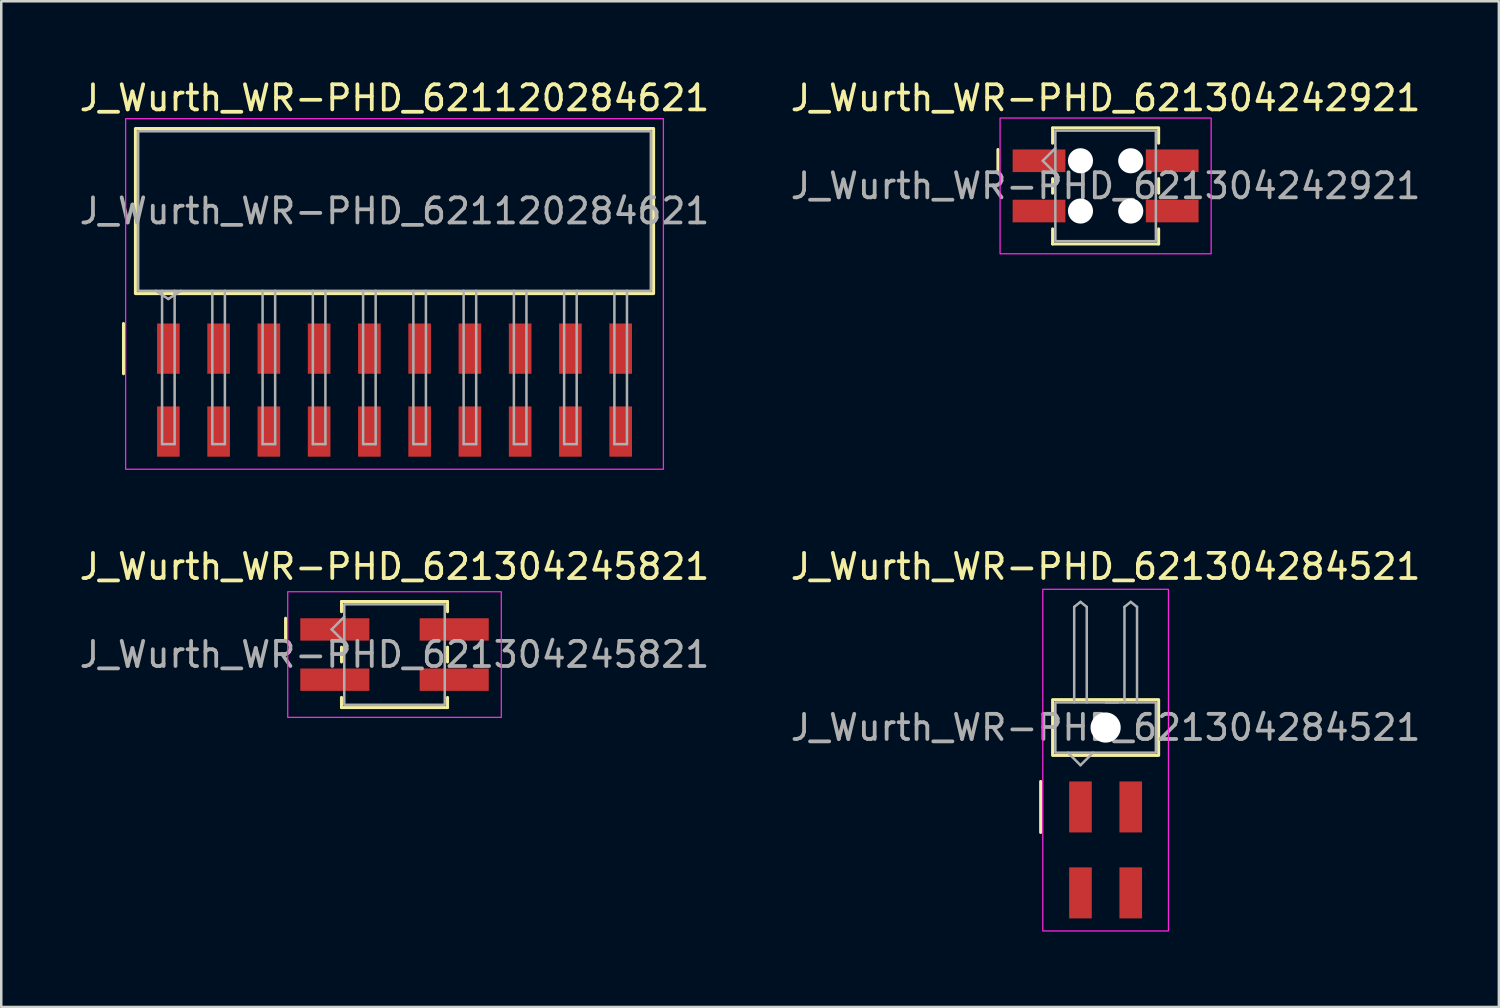
<source format=kicad_pcb>
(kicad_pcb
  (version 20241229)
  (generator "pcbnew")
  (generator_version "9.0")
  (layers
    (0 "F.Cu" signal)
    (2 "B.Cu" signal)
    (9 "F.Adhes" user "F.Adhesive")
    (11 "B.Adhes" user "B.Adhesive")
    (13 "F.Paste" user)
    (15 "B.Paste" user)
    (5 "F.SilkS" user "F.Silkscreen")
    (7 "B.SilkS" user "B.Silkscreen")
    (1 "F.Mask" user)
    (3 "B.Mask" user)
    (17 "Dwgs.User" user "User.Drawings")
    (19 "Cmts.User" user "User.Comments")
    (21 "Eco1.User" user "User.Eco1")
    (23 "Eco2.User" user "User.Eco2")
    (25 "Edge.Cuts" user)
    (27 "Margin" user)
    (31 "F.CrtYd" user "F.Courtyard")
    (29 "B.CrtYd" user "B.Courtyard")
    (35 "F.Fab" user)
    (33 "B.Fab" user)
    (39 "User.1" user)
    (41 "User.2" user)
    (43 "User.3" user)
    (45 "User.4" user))
  (footprint "J_Wurth_WR-PHD_621304242921"
    (layer "F.Cu")
    (at 40.946 4.348)
    (property "Reference" "J_Wurth_WR-PHD_621304242921" (at 0 -3.5 0) (unlocked yes) (layer "F.SilkS") (effects (font (size 1 1) (thickness 0.15))))
    (attr smd)
    (fp_line (start -4.285 -1.45) (end -4.285 -0.55) (stroke (width 0.12) (type solid)) (layer "F.SilkS"))
    (fp_line (start -2.11 -2.31) (end 2.11 -2.31) (stroke (width 0.12) (type solid)) (layer "F.SilkS"))
    (fp_line (start -2.11 -1.7) (end -2.11 -2.3) (stroke (width 0.12) (type solid)) (layer "F.SilkS"))
    (fp_line (start -2.11 -0.29) (end -2.11 0.29) (stroke (width 0.12) (type solid)) (layer "F.SilkS"))
    (fp_line (start -2.11 1.71) (end -2.11 2.31) (stroke (width 0.12) (type solid)) (layer "F.SilkS"))
    (fp_line (start 2.11 -1.7) (end 2.11 -2.3) (stroke (width 0.12) (type solid)) (layer "F.SilkS"))
    (fp_line (start 2.11 -0.29) (end 2.11 0.29) (stroke (width 0.12) (type solid)) (layer "F.SilkS"))
    (fp_line (start 2.11 1.71) (end 2.11 2.31) (stroke (width 0.12) (type solid)) (layer "F.SilkS"))
    (fp_line (start 2.11 2.31) (end -2.11 2.31) (stroke (width 0.12) (type solid)) (layer "F.SilkS"))
    (fp_rect (start -4.2 -2.7) (end 4.2 2.7) (stroke (width 0.05) (type solid)) (fill no) (layer "F.CrtYd"))
    (fp_line (start -2.5 -1) (end -2 -0.5) (stroke (width 0.1) (type default)) (layer "F.Fab"))
    (fp_line (start -2 -1.5) (end -2.5 -1) (stroke (width 0.1) (type default)) (layer "F.Fab"))
    (fp_rect (start -2 -2.2) (end 2 2.2) (stroke (width 0.1) (type solid)) (fill no) (layer "F.Fab"))
    (fp_text user "${REFERENCE}" (at 0 0 0) (unlocked yes) (layer "F.Fab") (effects (font (size 1 1) (thickness 0.15))))
    (pad "" np_thru_hole circle (at -1 -1 270) (size 1 1) (drill 1) (layers "*.Cu" "*.Mask"))
    (pad "" np_thru_hole circle (at -1 1 270) (size 1 1) (drill 1) (layers "*.Cu" "*.Mask"))
    (pad "" np_thru_hole circle (at 1 -1 270) (size 1 1) (drill 1) (layers "*.Cu" "*.Mask"))
    (pad "" np_thru_hole circle (at 1 1 270) (size 1 1) (drill 1) (layers "*.Cu" "*.Mask"))
    (pad "1" smd rect (at -2.65 -1 270) (size 0.9 2.1) (layers "F.Cu" "F.Mask" "F.Paste"))
    (pad "2" smd rect (at 2.65 -1 270) (size 0.9 2.1) (layers "F.Cu" "F.Mask" "F.Paste"))
    (pad "3" smd rect (at -2.65 1 270) (size 0.9 2.1) (layers "F.Cu" "F.Mask" "F.Paste"))
    (pad "4" smd rect (at 2.65 1 270) (size 0.9 2.1) (layers "F.Cu" "F.Mask" "F.Paste")))
  (footprint "J_Wurth_WR-PHD_621304284521"
    (layer "F.Cu")
    (at 40.946 25.901)
    (property "Reference" "J_Wurth_WR-PHD_621304284521" (at 0 -6.405 0) (unlocked yes) (layer "F.SilkS") (effects (font (size 1 1) (thickness 0.15))))
    (attr smd)
    (fp_line (start -2.585 4.175) (end -2.585 2.145) (stroke (width 0.12) (type solid)) (layer "F.SilkS"))
    (fp_rect (start -2.11 -1.11) (end 2.11 1.11) (stroke (width 0.12) (type solid)) (fill no) (layer "F.SilkS"))
    (fp_rect (start -2.5 -5.5) (end 2.5 8.095) (stroke (width 0.05) (type solid)) (fill no) (layer "F.CrtYd"))
    (fp_line (start -1.25 -4.8) (end -1.25 -1) (stroke (width 0.1) (type solid)) (layer "F.Fab"))
    (fp_line (start -1 -5) (end -1.25 -4.8) (stroke (width 0.1) (type default)) (layer "F.Fab"))
    (fp_line (start -1 1.5) (end -1.5 1) (stroke (width 0.1) (type default)) (layer "F.Fab"))
    (fp_line (start -1 1.5) (end -0.5 1) (stroke (width 0.1) (type default)) (layer "F.Fab"))
    (fp_line (start -0.75 -4.8) (end -1 -5) (stroke (width 0.1) (type default)) (layer "F.Fab"))
    (fp_line (start -0.75 -1) (end -0.75 -4.8) (stroke (width 0.1) (type solid)) (layer "F.Fab"))
    (fp_line (start 0 -1) (end 0.5 -1) (stroke (width 0.1) (type default)) (layer "F.Fab"))
    (fp_line (start 0.75 -4.8) (end 1 -5) (stroke (width 0.1) (type default)) (layer "F.Fab"))
    (fp_line (start 0.75 -1) (end 0.75 -4.8) (stroke (width 0.1) (type solid)) (layer "F.Fab"))
    (fp_line (start 1 -5) (end 1.25 -4.8) (stroke (width 0.1) (type default)) (layer "F.Fab"))
    (fp_line (start 1.25 -4.8) (end 1.25 -1) (stroke (width 0.1) (type solid)) (layer "F.Fab"))
    (fp_rect (start -2 -1) (end 2 1) (stroke (width 0.1) (type default)) (fill no) (layer "F.Fab"))
    (fp_text user "${REFERENCE}" (at 0 0 0) (unlocked yes) (layer "F.Fab") (effects (font (size 1 1) (thickness 0.15))))
    (pad "" np_thru_hole circle (at 0 0 180) (size 1.2 1.2) (drill 1.2) (layers "*.Cu" "*.Mask"))
    (pad "1" smd rect (at -1 3.16 180) (size 0.9 2.03) (layers "F.Cu" "F.Mask" "F.Paste"))
    (pad "2" smd rect (at 1 3.16 180) (size 0.9 2.03) (layers "F.Cu" "F.Mask" "F.Paste"))
    (pad "3" smd rect (at -1 6.58 180) (size 0.9 2.03) (layers "F.Cu" "F.Mask" "F.Paste"))
    (pad "4" smd rect (at 1 6.58 180) (size 0.9 2.03) (layers "F.Cu" "F.Mask" "F.Paste")))
  (footprint "J_Wurth_WR-PHD_621304245821"
    (layer "F.Cu")
    (at 12.649 22.997)
    (property "Reference" "J_Wurth_WR-PHD_621304245821" (at 0 -3.5 0) (unlocked yes) (layer "F.SilkS") (effects (font (size 1 1) (thickness 0.15))))
    (attr smd)
    (fp_line (start -4.335 -1.445) (end -4.335 -0.555) (stroke (width 0.12) (type solid)) (layer "F.SilkS"))
    (fp_line (start -2.11 -2.11) (end -2.11 -1.705) (stroke (width 0.12) (type solid)) (layer "F.SilkS"))
    (fp_line (start -2.11 -0.295) (end -2.11 0.295) (stroke (width 0.12) (type solid)) (layer "F.SilkS"))
    (fp_line (start -2.11 1.705) (end -2.11 2.11) (stroke (width 0.12) (type solid)) (layer "F.SilkS"))
    (fp_line (start 2.11 -2.11) (end -2.11 -2.11) (stroke (width 0.12) (type solid)) (layer "F.SilkS"))
    (fp_line (start 2.11 -2.11) (end 2.11 -1.705) (stroke (width 0.12) (type solid)) (layer "F.SilkS"))
    (fp_line (start 2.11 -0.295) (end 2.11 0.295) (stroke (width 0.12) (type solid)) (layer "F.SilkS"))
    (fp_line (start 2.11 1.705) (end 2.11 2.11) (stroke (width 0.12) (type solid)) (layer "F.SilkS"))
    (fp_line (start 2.11 2.11) (end -2.11 2.11) (stroke (width 0.12) (type solid)) (layer "F.SilkS"))
    (fp_rect (start -4.25 -2.5) (end 4.25 2.5) (stroke (width 0.05) (type solid)) (fill no) (layer "F.CrtYd"))
    (fp_line (start -2.5 -1) (end -2 -0.5) (stroke (width 0.1) (type default)) (layer "F.Fab"))
    (fp_line (start -2 -1.5) (end -2.5 -1) (stroke (width 0.1) (type default)) (layer "F.Fab"))
    (fp_rect (start -2 -2) (end 2 2) (stroke (width 0.1) (type solid)) (fill no) (layer "F.Fab"))
    (fp_text user "${REFERENCE}" (at 0 0 0) (unlocked yes) (layer "F.Fab") (effects (font (size 1 1) (thickness 0.15))))
    (pad "1" smd rect (at -2.375 -1 270) (size 0.89 2.75) (layers "F.Cu" "F.Mask" "F.Paste"))
    (pad "2" smd rect (at 2.375 -1 270) (size 0.89 2.75) (layers "F.Cu" "F.Mask" "F.Paste"))
    (pad "3" smd rect (at -2.375 1 270) (size 0.89 2.75) (layers "F.Cu" "F.Mask" "F.Paste"))
    (pad "4" smd rect (at 2.375 1 270) (size 0.89 2.75) (layers "F.Cu" "F.Mask" "F.Paste")))
  (footprint "J_Wurth_WR-PHD_621120284621"
    (layer "F.Cu")
    (at 12.649 5.348)
    (property "Reference" "J_Wurth_WR-PHD_621120284621" (at 0 -4.5 0) (unlocked yes) (layer "F.SilkS") (effects (font (size 1 1) (thickness 0.15))))
    (attr smd)
    (fp_line (start -10.785 6.475) (end -10.785 4.475) (stroke (width 0.12) (type solid)) (layer "F.SilkS"))
    (fp_rect (start -10.31 -3.285) (end 10.31 3.285) (stroke (width 0.12) (type solid)) (fill no) (layer "F.SilkS"))
    (fp_rect (start -10.7 -3.675) (end 10.7 10.275) (stroke (width 0.05) (type solid)) (fill no) (layer "F.CrtYd"))
    (fp_line (start -9.25 3.175) (end -9.25 9.275) (stroke (width 0.1) (type solid)) (layer "F.Fab"))
    (fp_line (start -9.25 9.275) (end -8.75 9.275) (stroke (width 0.1) (type default)) (layer "F.Fab"))
    (fp_line (start -9 3.5) (end -9.5 3.175) (stroke (width 0.1) (type default)) (layer "F.Fab"))
    (fp_line (start -8.75 3.175) (end -8.75 9.275) (stroke (width 0.1) (type solid)) (layer "F.Fab"))
    (fp_line (start -8.5 3.175) (end -9 3.5) (stroke (width 0.1) (type default)) (layer "F.Fab"))
    (fp_line (start -7.25 3.175) (end -7.25 9.275) (stroke (width 0.1) (type solid)) (layer "F.Fab"))
    (fp_line (start -7.25 9.275) (end -6.75 9.275) (stroke (width 0.1) (type default)) (layer "F.Fab"))
    (fp_line (start -6.75 3.175) (end -6.75 9.275) (stroke (width 0.1) (type solid)) (layer "F.Fab"))
    (fp_line (start -5.25 3.175) (end -5.25 9.275) (stroke (width 0.1) (type solid)) (layer "F.Fab"))
    (fp_line (start -5.25 9.275) (end -4.75 9.275) (stroke (width 0.1) (type default)) (layer "F.Fab"))
    (fp_line (start -4.75 3.175) (end -4.75 9.275) (stroke (width 0.1) (type solid)) (layer "F.Fab"))
    (fp_line (start -3.25 3.175) (end -3.25 9.275) (stroke (width 0.1) (type solid)) (layer "F.Fab"))
    (fp_line (start -3.25 9.275) (end -2.75 9.275) (stroke (width 0.1) (type default)) (layer "F.Fab"))
    (fp_line (start -2.75 3.175) (end -2.75 9.275) (stroke (width 0.1) (type solid)) (layer "F.Fab"))
    (fp_line (start -1.25 3.175) (end -1.25 9.275) (stroke (width 0.1) (type solid)) (layer "F.Fab"))
    (fp_line (start -1.25 9.275) (end -0.75 9.275) (stroke (width 0.1) (type default)) (layer "F.Fab"))
    (fp_line (start -0.75 3.175) (end -0.75 9.275) (stroke (width 0.1) (type solid)) (layer "F.Fab"))
    (fp_line (start 0.75 3.175) (end 0.75 9.275) (stroke (width 0.1) (type solid)) (layer "F.Fab"))
    (fp_line (start 0.75 9.275) (end 1.25 9.275) (stroke (width 0.1) (type default)) (layer "F.Fab"))
    (fp_line (start 1.25 3.175) (end 1.25 9.275) (stroke (width 0.1) (type solid)) (layer "F.Fab"))
    (fp_line (start 2.75 3.175) (end 2.75 9.275) (stroke (width 0.1) (type solid)) (layer "F.Fab"))
    (fp_line (start 2.75 9.275) (end 3.25 9.275) (stroke (width 0.1) (type default)) (layer "F.Fab"))
    (fp_line (start 3.25 3.175) (end 3.25 9.275) (stroke (width 0.1) (type solid)) (layer "F.Fab"))
    (fp_line (start 4.75 3.175) (end 4.75 9.275) (stroke (width 0.1) (type solid)) (layer "F.Fab"))
    (fp_line (start 4.75 9.275) (end 5.25 9.275) (stroke (width 0.1) (type default)) (layer "F.Fab"))
    (fp_line (start 5.25 3.175) (end 5.25 9.275) (stroke (width 0.1) (type solid)) (layer "F.Fab"))
    (fp_line (start 6.75 3.175) (end 6.75 9.275) (stroke (width 0.1) (type solid)) (layer "F.Fab"))
    (fp_line (start 6.75 9.275) (end 7.25 9.275) (stroke (width 0.1) (type default)) (layer "F.Fab"))
    (fp_line (start 7.25 3.175) (end 7.25 9.275) (stroke (width 0.1) (type solid)) (layer "F.Fab"))
    (fp_line (start 8.75 3.175) (end 8.75 9.275) (stroke (width 0.1) (type solid)) (layer "F.Fab"))
    (fp_line (start 8.75 9.275) (end 9.25 9.275) (stroke (width 0.1) (type default)) (layer "F.Fab"))
    (fp_line (start 9.25 3.175) (end 9.25 9.275) (stroke (width 0.1) (type solid)) (layer "F.Fab"))
    (fp_rect (start -10.2 -3.175) (end 10.2 3.175) (stroke (width 0.1) (type solid)) (fill no) (layer "F.Fab"))
    (fp_text user "${REFERENCE}" (at 0 0 0) (unlocked yes) (layer "F.Fab") (effects (font (size 1 1) (thickness 0.15))))
    (pad "1" smd rect (at -9 5.475 180) (size 0.9 2) (layers "F.Cu" "F.Mask" "F.Paste"))
    (pad "2" smd rect (at -9 8.775 180) (size 0.9 2) (layers "F.Cu" "F.Mask" "F.Paste"))
    (pad "3" smd rect (at -7 5.475 180) (size 0.9 2) (layers "F.Cu" "F.Mask" "F.Paste"))
    (pad "4" smd rect (at -7 8.775 180) (size 0.9 2) (layers "F.Cu" "F.Mask" "F.Paste"))
    (pad "5" smd rect (at -5 5.475 180) (size 0.9 2) (layers "F.Cu" "F.Mask" "F.Paste"))
    (pad "6" smd rect (at -5 8.775 180) (size 0.9 2) (layers "F.Cu" "F.Mask" "F.Paste"))
    (pad "7" smd rect (at -3 5.475 180) (size 0.9 2) (layers "F.Cu" "F.Mask" "F.Paste"))
    (pad "8" smd rect (at -3 8.775 180) (size 0.9 2) (layers "F.Cu" "F.Mask" "F.Paste"))
    (pad "9" smd rect (at -1 5.475 180) (size 0.9 2) (layers "F.Cu" "F.Mask" "F.Paste"))
    (pad "10" smd rect (at -1 8.775 180) (size 0.9 2) (layers "F.Cu" "F.Mask" "F.Paste"))
    (pad "11" smd rect (at 1 5.475 180) (size 0.9 2) (layers "F.Cu" "F.Mask" "F.Paste"))
    (pad "12" smd rect (at 1 8.775 180) (size 0.9 2) (layers "F.Cu" "F.Mask" "F.Paste"))
    (pad "13" smd rect (at 3 5.475 180) (size 0.9 2) (layers "F.Cu" "F.Mask" "F.Paste"))
    (pad "14" smd rect (at 3 8.775 180) (size 0.9 2) (layers "F.Cu" "F.Mask" "F.Paste"))
    (pad "15" smd rect (at 5 5.475 180) (size 0.9 2) (layers "F.Cu" "F.Mask" "F.Paste"))
    (pad "16" smd rect (at 5 8.775 180) (size 0.9 2) (layers "F.Cu" "F.Mask" "F.Paste"))
    (pad "17" smd rect (at 7 5.475 180) (size 0.9 2) (layers "F.Cu" "F.Mask" "F.Paste"))
    (pad "18" smd rect (at 7 8.775 180) (size 0.9 2) (layers "F.Cu" "F.Mask" "F.Paste"))
    (pad "19" smd rect (at 9 5.475 180) (size 0.9 2) (layers "F.Cu" "F.Mask" "F.Paste"))
    (pad "20" smd rect (at 9 8.775 180) (size 0.9 2) (layers "F.Cu" "F.Mask" "F.Paste")))
  (gr_rect
    (start -3 -3)
    (end 56.595 37.022)
    (stroke (width 0.1) (type default))
    (fill no)
    (layer "Edge.Cuts")))
</source>
